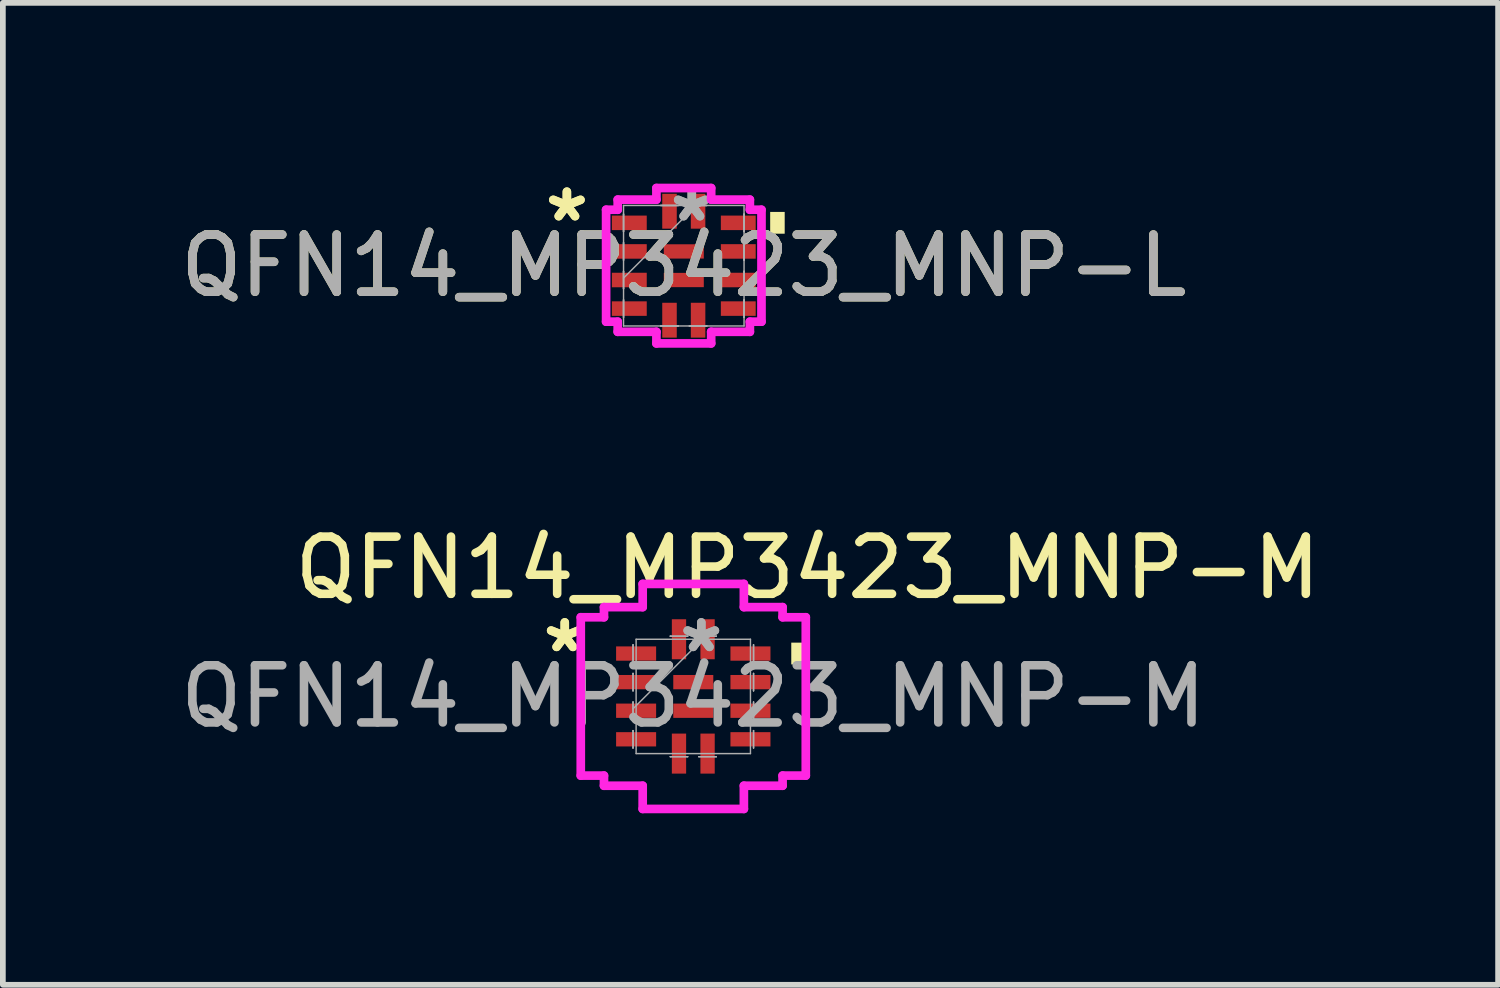
<source format=kicad_pcb>
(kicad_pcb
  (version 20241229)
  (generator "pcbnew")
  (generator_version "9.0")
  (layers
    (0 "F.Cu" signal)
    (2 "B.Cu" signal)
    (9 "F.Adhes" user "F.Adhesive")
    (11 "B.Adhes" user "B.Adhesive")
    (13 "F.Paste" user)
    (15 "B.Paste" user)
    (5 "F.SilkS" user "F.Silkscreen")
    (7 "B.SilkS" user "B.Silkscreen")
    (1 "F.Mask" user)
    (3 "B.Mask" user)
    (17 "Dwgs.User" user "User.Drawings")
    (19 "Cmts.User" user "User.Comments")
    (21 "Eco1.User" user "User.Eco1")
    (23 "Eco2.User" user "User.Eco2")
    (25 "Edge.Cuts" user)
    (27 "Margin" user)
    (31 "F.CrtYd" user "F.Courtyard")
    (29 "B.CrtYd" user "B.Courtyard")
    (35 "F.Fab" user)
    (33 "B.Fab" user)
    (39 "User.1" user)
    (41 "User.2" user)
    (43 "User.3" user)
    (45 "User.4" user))
  (footprint "QFN14_MP3423_MNP-L"
    (layer "F.Cu")
    (at 8.911 1.598)
    (property "Reference" "QFN14_MP3423_MNP-L" (at 0 0 0) (unlocked yes) (layer "F.SilkS") (effects (font (size 1 1) (thickness 0.15))))
    (attr smd)
    (fp_poly (pts (xy 1.765 -0.941) (xy 1.765 -0.56) (xy 1.511 -0.56) (xy 1.511 -0.941)) (stroke (width 0) (type solid)) (fill yes) (layer "F.SilkS"))
    (fp_line (start -1.359 -0.979) (end -1.156 -0.979) (stroke (width 0.152) (type solid)) (layer "F.CrtYd"))
    (fp_line (start -1.359 0.979) (end -1.359 -0.979) (stroke (width 0.152) (type solid)) (layer "F.CrtYd"))
    (fp_line (start -1.156 -1.156) (end -0.479 -1.156) (stroke (width 0.152) (type solid)) (layer "F.CrtYd"))
    (fp_line (start -1.156 -0.979) (end -1.156 -1.156) (stroke (width 0.152) (type solid)) (layer "F.CrtYd"))
    (fp_line (start -1.156 0.979) (end -1.359 0.979) (stroke (width 0.152) (type solid)) (layer "F.CrtYd"))
    (fp_line (start -1.156 1.156) (end -1.156 0.979) (stroke (width 0.152) (type solid)) (layer "F.CrtYd"))
    (fp_line (start -0.479 -1.359) (end 0.479 -1.359) (stroke (width 0.152) (type solid)) (layer "F.CrtYd"))
    (fp_line (start -0.479 -1.156) (end -0.479 -1.359) (stroke (width 0.152) (type solid)) (layer "F.CrtYd"))
    (fp_line (start -0.479 1.156) (end -1.156 1.156) (stroke (width 0.152) (type solid)) (layer "F.CrtYd"))
    (fp_line (start -0.479 1.359) (end -0.479 1.156) (stroke (width 0.152) (type solid)) (layer "F.CrtYd"))
    (fp_line (start 0.479 -1.359) (end 0.479 -1.156) (stroke (width 0.152) (type solid)) (layer "F.CrtYd"))
    (fp_line (start 0.479 -1.156) (end 1.156 -1.156) (stroke (width 0.152) (type solid)) (layer "F.CrtYd"))
    (fp_line (start 0.479 1.156) (end 0.479 1.359) (stroke (width 0.152) (type solid)) (layer "F.CrtYd"))
    (fp_line (start 0.479 1.359) (end -0.479 1.359) (stroke (width 0.152) (type solid)) (layer "F.CrtYd"))
    (fp_line (start 1.156 -1.156) (end 1.156 -0.979) (stroke (width 0.152) (type solid)) (layer "F.CrtYd"))
    (fp_line (start 1.156 -0.979) (end 1.359 -0.979) (stroke (width 0.152) (type solid)) (layer "F.CrtYd"))
    (fp_line (start 1.156 0.979) (end 1.156 1.156) (stroke (width 0.152) (type solid)) (layer "F.CrtYd"))
    (fp_line (start 1.156 1.156) (end 0.479 1.156) (stroke (width 0.152) (type solid)) (layer "F.CrtYd"))
    (fp_line (start 1.359 -0.979) (end 1.359 0.979) (stroke (width 0.152) (type solid)) (layer "F.CrtYd"))
    (fp_line (start 1.359 0.979) (end 1.156 0.979) (stroke (width 0.152) (type solid)) (layer "F.CrtYd"))
    (fp_line (start -1.054 -1.054) (end -1.054 1.054) (stroke (width 0.025) (type solid)) (layer "F.Fab"))
    (fp_line (start -1.054 -0.902) (end -1.054 -0.902) (stroke (width 0.025) (type solid)) (layer "F.Fab"))
    (fp_line (start -1.054 -0.902) (end -1.054 -0.598) (stroke (width 0.025) (type solid)) (layer "F.Fab"))
    (fp_line (start -1.054 -0.598) (end -1.054 -0.902) (stroke (width 0.025) (type solid)) (layer "F.Fab"))
    (fp_line (start -1.054 -0.598) (end -1.054 -0.598) (stroke (width 0.025) (type solid)) (layer "F.Fab"))
    (fp_line (start -1.054 -0.402) (end -1.054 -0.402) (stroke (width 0.025) (type solid)) (layer "F.Fab"))
    (fp_line (start -1.054 -0.402) (end -1.054 -0.098) (stroke (width 0.025) (type solid)) (layer "F.Fab"))
    (fp_line (start -1.054 -0.098) (end -1.054 -0.402) (stroke (width 0.025) (type solid)) (layer "F.Fab"))
    (fp_line (start -1.054 -0.098) (end -1.054 -0.098) (stroke (width 0.025) (type solid)) (layer "F.Fab"))
    (fp_line (start -1.054 0.098) (end -1.054 0.098) (stroke (width 0.025) (type solid)) (layer "F.Fab"))
    (fp_line (start -1.054 0.098) (end -1.054 0.402) (stroke (width 0.025) (type solid)) (layer "F.Fab"))
    (fp_line (start -1.054 0.216) (end 0.216 -1.054) (stroke (width 0.025) (type solid)) (layer "F.Fab"))
    (fp_line (start -1.054 0.402) (end -1.054 0.098) (stroke (width 0.025) (type solid)) (layer "F.Fab"))
    (fp_line (start -1.054 0.402) (end -1.054 0.402) (stroke (width 0.025) (type solid)) (layer "F.Fab"))
    (fp_line (start -1.054 0.598) (end -1.054 0.598) (stroke (width 0.025) (type solid)) (layer "F.Fab"))
    (fp_line (start -1.054 0.598) (end -1.054 0.902) (stroke (width 0.025) (type solid)) (layer "F.Fab"))
    (fp_line (start -1.054 0.902) (end -1.054 0.598) (stroke (width 0.025) (type solid)) (layer "F.Fab"))
    (fp_line (start -1.054 0.902) (end -1.054 0.902) (stroke (width 0.025) (type solid)) (layer "F.Fab"))
    (fp_line (start -1.054 1.054) (end 1.054 1.054) (stroke (width 0.025) (type solid)) (layer "F.Fab"))
    (fp_line (start -0.402 -1.054) (end -0.402 -1.054) (stroke (width 0.025) (type solid)) (layer "F.Fab"))
    (fp_line (start -0.402 -1.054) (end -0.098 -1.054) (stroke (width 0.025) (type solid)) (layer "F.Fab"))
    (fp_line (start -0.402 1.054) (end -0.402 1.054) (stroke (width 0.025) (type solid)) (layer "F.Fab"))
    (fp_line (start -0.402 1.054) (end -0.098 1.054) (stroke (width 0.025) (type solid)) (layer "F.Fab"))
    (fp_line (start -0.098 -1.054) (end -0.402 -1.054) (stroke (width 0.025) (type solid)) (layer "F.Fab"))
    (fp_line (start -0.098 -1.054) (end -0.098 -1.054) (stroke (width 0.025) (type solid)) (layer "F.Fab"))
    (fp_line (start -0.098 1.054) (end -0.402 1.054) (stroke (width 0.025) (type solid)) (layer "F.Fab"))
    (fp_line (start -0.098 1.054) (end -0.098 1.054) (stroke (width 0.025) (type solid)) (layer "F.Fab"))
    (fp_line (start 0.098 -1.054) (end 0.098 -1.054) (stroke (width 0.025) (type solid)) (layer "F.Fab"))
    (fp_line (start 0.098 -1.054) (end 0.402 -1.054) (stroke (width 0.025) (type solid)) (layer "F.Fab"))
    (fp_line (start 0.098 1.054) (end 0.098 1.054) (stroke (width 0.025) (type solid)) (layer "F.Fab"))
    (fp_line (start 0.098 1.054) (end 0.402 1.054) (stroke (width 0.025) (type solid)) (layer "F.Fab"))
    (fp_line (start 0.402 -1.054) (end 0.098 -1.054) (stroke (width 0.025) (type solid)) (layer "F.Fab"))
    (fp_line (start 0.402 -1.054) (end 0.402 -1.054) (stroke (width 0.025) (type solid)) (layer "F.Fab"))
    (fp_line (start 0.402 1.054) (end 0.098 1.054) (stroke (width 0.025) (type solid)) (layer "F.Fab"))
    (fp_line (start 0.402 1.054) (end 0.402 1.054) (stroke (width 0.025) (type solid)) (layer "F.Fab"))
    (fp_line (start 1.054 -1.054) (end -1.054 -1.054) (stroke (width 0.025) (type solid)) (layer "F.Fab"))
    (fp_line (start 1.054 -0.902) (end 1.054 -0.902) (stroke (width 0.025) (type solid)) (layer "F.Fab"))
    (fp_line (start 1.054 -0.902) (end 1.054 -0.598) (stroke (width 0.025) (type solid)) (layer "F.Fab"))
    (fp_line (start 1.054 -0.598) (end 1.054 -0.902) (stroke (width 0.025) (type solid)) (layer "F.Fab"))
    (fp_line (start 1.054 -0.598) (end 1.054 -0.598) (stroke (width 0.025) (type solid)) (layer "F.Fab"))
    (fp_line (start 1.054 -0.402) (end 1.054 -0.402) (stroke (width 0.025) (type solid)) (layer "F.Fab"))
    (fp_line (start 1.054 -0.402) (end 1.054 -0.098) (stroke (width 0.025) (type solid)) (layer "F.Fab"))
    (fp_line (start 1.054 -0.098) (end 1.054 -0.402) (stroke (width 0.025) (type solid)) (layer "F.Fab"))
    (fp_line (start 1.054 -0.098) (end 1.054 -0.098) (stroke (width 0.025) (type solid)) (layer "F.Fab"))
    (fp_line (start 1.054 0.098) (end 1.054 0.098) (stroke (width 0.025) (type solid)) (layer "F.Fab"))
    (fp_line (start 1.054 0.098) (end 1.054 0.402) (stroke (width 0.025) (type solid)) (layer "F.Fab"))
    (fp_line (start 1.054 0.402) (end 1.054 0.098) (stroke (width 0.025) (type solid)) (layer "F.Fab"))
    (fp_line (start 1.054 0.402) (end 1.054 0.402) (stroke (width 0.025) (type solid)) (layer "F.Fab"))
    (fp_line (start 1.054 0.598) (end 1.054 0.598) (stroke (width 0.025) (type solid)) (layer "F.Fab"))
    (fp_line (start 1.054 0.598) (end 1.054 0.902) (stroke (width 0.025) (type solid)) (layer "F.Fab"))
    (fp_line (start 1.054 0.902) (end 1.054 0.598) (stroke (width 0.025) (type solid)) (layer "F.Fab"))
    (fp_line (start 1.054 0.902) (end 1.054 0.902) (stroke (width 0.025) (type solid)) (layer "F.Fab"))
    (fp_line (start 1.054 1.054) (end 1.054 -1.054) (stroke (width 0.025) (type solid)) (layer "F.Fab"))
    (fp_text user "*" (at -2.045 -0.75 0) (layer "F.SilkS") (effects (font (size 1 1) (thickness 0.15))))
    (fp_text user "*" (at -2.045 -0.75 0) (unlocked yes) (layer "F.SilkS") (effects (font (size 1 1) (thickness 0.15))))
    (fp_text user "*" (at 0.14 -0.75 0) (layer "F.Fab") (effects (font (size 1 1) (thickness 0.15))))
    (fp_text user "${REFERENCE}" (at 0 0 0) (unlocked yes) (layer "F.Fab") (effects (font (size 1 1) (thickness 0.15))))
    (fp_text user "*" (at 0.14 -0.75 0) (unlocked yes) (layer "F.Fab") (effects (font (size 1 1) (thickness 0.15))))
    (pad "1" smd rect (at -0.953 -0.75 90) (size 0.254 0.61) (layers "F.Cu" "F.Mask" "F.Paste"))
    (pad "2" smd rect (at -0.953 -0.25 90) (size 0.254 0.61) (layers "F.Cu" "F.Mask" "F.Paste"))
    (pad "3" smd rect (at -0.953 0.25 90) (size 0.254 0.61) (layers "F.Cu" "F.Mask" "F.Paste"))
    (pad "4" smd rect (at -0.953 0.75 90) (size 0.254 0.61) (layers "F.Cu" "F.Mask" "F.Paste"))
    (pad "5" smd rect (at -0.25 0.953) (size 0.254 0.61) (layers "F.Cu" "F.Mask" "F.Paste"))
    (pad "6" smd rect (at 0.25 0.953) (size 0.254 0.61) (layers "F.Cu" "F.Mask" "F.Paste"))
    (pad "7" smd rect (at 0.953 0.75 90) (size 0.254 0.61) (layers "F.Cu" "F.Mask" "F.Paste"))
    (pad "8" smd rect (at 0.953 0.25 90) (size 0.254 0.61) (layers "F.Cu" "F.Mask" "F.Paste"))
    (pad "9" smd rect (at 0.953 -0.25 90) (size 0.254 0.61) (layers "F.Cu" "F.Mask" "F.Paste"))
    (pad "10" smd rect (at 0.953 -0.75 90) (size 0.254 0.61) (layers "F.Cu" "F.Mask" "F.Paste"))
    (pad "11" smd rect (at 0.25 -0.953) (size 0.254 0.61) (layers "F.Cu" "F.Mask" "F.Paste"))
    (pad "12" smd rect (at -0.25 -0.953) (size 0.254 0.61) (layers "F.Cu" "F.Mask" "F.Paste"))
    (pad "13" smd rect (at 0 -0.25) (size 0.7 0.25) (layers "F.Cu" "F.Mask" "F.Paste"))
    (pad "14" smd rect (at 0 0.25) (size 0.7 0.25) (layers "F.Cu" "F.Mask" "F.Paste")))
  (footprint "QFN14_MP3423_MNP-M"
    (layer "F.Cu")
    (at 9.077 9.132)
    (property "Reference" "QFN14_MP3423_MNP-M" (at 2 -2.25 0) (unlocked yes) (layer "F.SilkS") (effects (font (size 1 1) (thickness 0.15))))
    (attr smd)
    (fp_poly (pts (xy 1.968 -0.941) (xy 1.968 -0.56) (xy 1.714 -0.56) (xy 1.714 -0.941)) (stroke (width 0) (type solid)) (fill yes) (layer "F.SilkS"))
    (fp_line (start -1.968 -1.385) (end -1.562 -1.385) (stroke (width 0.152) (type solid)) (layer "F.CrtYd"))
    (fp_line (start -1.968 1.385) (end -1.968 -1.385) (stroke (width 0.152) (type solid)) (layer "F.CrtYd"))
    (fp_line (start -1.562 -1.562) (end -0.885 -1.562) (stroke (width 0.152) (type solid)) (layer "F.CrtYd"))
    (fp_line (start -1.562 -1.385) (end -1.562 -1.562) (stroke (width 0.152) (type solid)) (layer "F.CrtYd"))
    (fp_line (start -1.562 1.385) (end -1.968 1.385) (stroke (width 0.152) (type solid)) (layer "F.CrtYd"))
    (fp_line (start -1.562 1.562) (end -1.562 1.385) (stroke (width 0.152) (type solid)) (layer "F.CrtYd"))
    (fp_line (start -0.885 -1.968) (end 0.885 -1.968) (stroke (width 0.152) (type solid)) (layer "F.CrtYd"))
    (fp_line (start -0.885 -1.562) (end -0.885 -1.968) (stroke (width 0.152) (type solid)) (layer "F.CrtYd"))
    (fp_line (start -0.885 1.562) (end -1.562 1.562) (stroke (width 0.152) (type solid)) (layer "F.CrtYd"))
    (fp_line (start -0.885 1.968) (end -0.885 1.562) (stroke (width 0.152) (type solid)) (layer "F.CrtYd"))
    (fp_line (start 0.885 -1.968) (end 0.885 -1.562) (stroke (width 0.152) (type solid)) (layer "F.CrtYd"))
    (fp_line (start 0.885 -1.562) (end 1.562 -1.562) (stroke (width 0.152) (type solid)) (layer "F.CrtYd"))
    (fp_line (start 0.885 1.562) (end 0.885 1.968) (stroke (width 0.152) (type solid)) (layer "F.CrtYd"))
    (fp_line (start 0.885 1.968) (end -0.885 1.968) (stroke (width 0.152) (type solid)) (layer "F.CrtYd"))
    (fp_line (start 1.562 -1.562) (end 1.562 -1.385) (stroke (width 0.152) (type solid)) (layer "F.CrtYd"))
    (fp_line (start 1.562 -1.385) (end 1.968 -1.385) (stroke (width 0.152) (type solid)) (layer "F.CrtYd"))
    (fp_line (start 1.562 1.385) (end 1.562 1.562) (stroke (width 0.152) (type solid)) (layer "F.CrtYd"))
    (fp_line (start 1.562 1.562) (end 0.885 1.562) (stroke (width 0.152) (type solid)) (layer "F.CrtYd"))
    (fp_line (start 1.968 -1.385) (end 1.968 1.385) (stroke (width 0.152) (type solid)) (layer "F.CrtYd"))
    (fp_line (start 1.968 1.385) (end 1.562 1.385) (stroke (width 0.152) (type solid)) (layer "F.CrtYd"))
    (fp_line (start -1.054 -0.902) (end -1.054 -0.902) (stroke (width 0.025) (type solid)) (layer "F.Fab"))
    (fp_line (start -1.054 -0.902) (end -1.054 -0.598) (stroke (width 0.025) (type solid)) (layer "F.Fab"))
    (fp_line (start -1.054 -0.598) (end -1.054 -0.902) (stroke (width 0.025) (type solid)) (layer "F.Fab"))
    (fp_line (start -1.054 -0.598) (end -1.054 -0.598) (stroke (width 0.025) (type solid)) (layer "F.Fab"))
    (fp_line (start -1.054 -0.402) (end -1.054 -0.402) (stroke (width 0.025) (type solid)) (layer "F.Fab"))
    (fp_line (start -1.054 -0.402) (end -1.054 -0.098) (stroke (width 0.025) (type solid)) (layer "F.Fab"))
    (fp_line (start -1.054 -0.098) (end -1.054 -0.402) (stroke (width 0.025) (type solid)) (layer "F.Fab"))
    (fp_line (start -1.054 -0.098) (end -1.054 -0.098) (stroke (width 0.025) (type solid)) (layer "F.Fab"))
    (fp_line (start -1.054 0.098) (end -1.054 0.098) (stroke (width 0.025) (type solid)) (layer "F.Fab"))
    (fp_line (start -1.054 0.098) (end -1.054 0.402) (stroke (width 0.025) (type solid)) (layer "F.Fab"))
    (fp_line (start -1.054 0.216) (end 0.216 -1.054) (stroke (width 0.025) (type solid)) (layer "F.Fab"))
    (fp_line (start -1.054 0.402) (end -1.054 0.098) (stroke (width 0.025) (type solid)) (layer "F.Fab"))
    (fp_line (start -1.054 0.402) (end -1.054 0.402) (stroke (width 0.025) (type solid)) (layer "F.Fab"))
    (fp_line (start -1.054 0.598) (end -1.054 0.598) (stroke (width 0.025) (type solid)) (layer "F.Fab"))
    (fp_line (start -1.054 0.598) (end -1.054 0.902) (stroke (width 0.025) (type solid)) (layer "F.Fab"))
    (fp_line (start -1.054 0.902) (end -1.054 0.598) (stroke (width 0.025) (type solid)) (layer "F.Fab"))
    (fp_line (start -1.054 0.902) (end -1.054 0.902) (stroke (width 0.025) (type solid)) (layer "F.Fab"))
    (fp_line (start -1 -1) (end -1 1) (stroke (width 0.025) (type solid)) (layer "F.Fab"))
    (fp_line (start -1 1) (end 1 1) (stroke (width 0.025) (type solid)) (layer "F.Fab"))
    (fp_line (start -0.402 -1.054) (end -0.402 -1.054) (stroke (width 0.025) (type solid)) (layer "F.Fab"))
    (fp_line (start -0.402 -1.054) (end -0.098 -1.054) (stroke (width 0.025) (type solid)) (layer "F.Fab"))
    (fp_line (start -0.402 1.054) (end -0.402 1.054) (stroke (width 0.025) (type solid)) (layer "F.Fab"))
    (fp_line (start -0.402 1.054) (end -0.098 1.054) (stroke (width 0.025) (type solid)) (layer "F.Fab"))
    (fp_line (start -0.098 -1.054) (end -0.402 -1.054) (stroke (width 0.025) (type solid)) (layer "F.Fab"))
    (fp_line (start -0.098 -1.054) (end -0.098 -1.054) (stroke (width 0.025) (type solid)) (layer "F.Fab"))
    (fp_line (start -0.098 1.054) (end -0.402 1.054) (stroke (width 0.025) (type solid)) (layer "F.Fab"))
    (fp_line (start -0.098 1.054) (end -0.098 1.054) (stroke (width 0.025) (type solid)) (layer "F.Fab"))
    (fp_line (start 0.098 -1.054) (end 0.098 -1.054) (stroke (width 0.025) (type solid)) (layer "F.Fab"))
    (fp_line (start 0.098 -1.054) (end 0.402 -1.054) (stroke (width 0.025) (type solid)) (layer "F.Fab"))
    (fp_line (start 0.098 1.054) (end 0.098 1.054) (stroke (width 0.025) (type solid)) (layer "F.Fab"))
    (fp_line (start 0.098 1.054) (end 0.402 1.054) (stroke (width 0.025) (type solid)) (layer "F.Fab"))
    (fp_line (start 0.402 -1.054) (end 0.098 -1.054) (stroke (width 0.025) (type solid)) (layer "F.Fab"))
    (fp_line (start 0.402 -1.054) (end 0.402 -1.054) (stroke (width 0.025) (type solid)) (layer "F.Fab"))
    (fp_line (start 0.402 1.054) (end 0.098 1.054) (stroke (width 0.025) (type solid)) (layer "F.Fab"))
    (fp_line (start 0.402 1.054) (end 0.402 1.054) (stroke (width 0.025) (type solid)) (layer "F.Fab"))
    (fp_line (start 1 -1) (end -1 -1) (stroke (width 0.025) (type solid)) (layer "F.Fab"))
    (fp_line (start 1 1) (end 1 -1) (stroke (width 0.025) (type solid)) (layer "F.Fab"))
    (fp_line (start 1.054 -0.902) (end 1.054 -0.902) (stroke (width 0.025) (type solid)) (layer "F.Fab"))
    (fp_line (start 1.054 -0.902) (end 1.054 -0.598) (stroke (width 0.025) (type solid)) (layer "F.Fab"))
    (fp_line (start 1.054 -0.598) (end 1.054 -0.902) (stroke (width 0.025) (type solid)) (layer "F.Fab"))
    (fp_line (start 1.054 -0.598) (end 1.054 -0.598) (stroke (width 0.025) (type solid)) (layer "F.Fab"))
    (fp_line (start 1.054 -0.402) (end 1.054 -0.402) (stroke (width 0.025) (type solid)) (layer "F.Fab"))
    (fp_line (start 1.054 -0.402) (end 1.054 -0.098) (stroke (width 0.025) (type solid)) (layer "F.Fab"))
    (fp_line (start 1.054 -0.098) (end 1.054 -0.402) (stroke (width 0.025) (type solid)) (layer "F.Fab"))
    (fp_line (start 1.054 -0.098) (end 1.054 -0.098) (stroke (width 0.025) (type solid)) (layer "F.Fab"))
    (fp_line (start 1.054 0.098) (end 1.054 0.098) (stroke (width 0.025) (type solid)) (layer "F.Fab"))
    (fp_line (start 1.054 0.098) (end 1.054 0.402) (stroke (width 0.025) (type solid)) (layer "F.Fab"))
    (fp_line (start 1.054 0.402) (end 1.054 0.098) (stroke (width 0.025) (type solid)) (layer "F.Fab"))
    (fp_line (start 1.054 0.402) (end 1.054 0.402) (stroke (width 0.025) (type solid)) (layer "F.Fab"))
    (fp_line (start 1.054 0.598) (end 1.054 0.598) (stroke (width 0.025) (type solid)) (layer "F.Fab"))
    (fp_line (start 1.054 0.598) (end 1.054 0.902) (stroke (width 0.025) (type solid)) (layer "F.Fab"))
    (fp_line (start 1.054 0.902) (end 1.054 0.598) (stroke (width 0.025) (type solid)) (layer "F.Fab"))
    (fp_line (start 1.054 0.902) (end 1.054 0.902) (stroke (width 0.025) (type solid)) (layer "F.Fab"))
    (fp_text user "*" (at -2.248 -0.75 0) (unlocked yes) (layer "F.SilkS") (effects (font (size 1 1) (thickness 0.15))))
    (fp_text user "*" (at -2.248 -0.75 0) (layer "F.SilkS") (effects (font (size 1 1) (thickness 0.15))))
    (fp_text user "*" (at 0.14 -0.75 0) (unlocked yes) (layer "F.Fab") (effects (font (size 1 1) (thickness 0.15))))
    (fp_text user "*" (at 0.14 -0.75 0) (layer "F.Fab") (effects (font (size 1 1) (thickness 0.15))))
    (fp_text user "${REFERENCE}" (at 0 0 0) (unlocked yes) (layer "F.Fab") (effects (font (size 1 1) (thickness 0.15))))
    (pad "1" smd rect (at -1 -0.75 90) (size 0.25 0.7) (layers "F.Cu" "F.Mask" "F.Paste"))
    (pad "2" smd rect (at -1 -0.25 90) (size 0.25 0.7) (layers "F.Cu" "F.Mask" "F.Paste"))
    (pad "3" smd rect (at -1 0.25 90) (size 0.25 0.7) (layers "F.Cu" "F.Mask" "F.Paste"))
    (pad "4" smd rect (at -1 0.75 90) (size 0.25 0.7) (layers "F.Cu" "F.Mask" "F.Paste"))
    (pad "5" smd rect (at -0.25 1) (size 0.25 0.7) (layers "F.Cu" "F.Mask" "F.Paste"))
    (pad "6" smd rect (at 0.25 1) (size 0.25 0.7) (layers "F.Cu" "F.Mask" "F.Paste"))
    (pad "7" smd rect (at 1 0.75 90) (size 0.25 0.7) (layers "F.Cu" "F.Mask" "F.Paste"))
    (pad "8" smd rect (at 1 0.25 90) (size 0.25 0.7) (layers "F.Cu" "F.Mask" "F.Paste"))
    (pad "9" smd rect (at 1 -0.25 90) (size 0.25 0.7) (layers "F.Cu" "F.Mask" "F.Paste"))
    (pad "10" smd rect (at 1 -0.75 90) (size 0.25 0.7) (layers "F.Cu" "F.Mask" "F.Paste"))
    (pad "11" smd rect (at 0.25 -1) (size 0.25 0.7) (layers "F.Cu" "F.Mask" "F.Paste"))
    (pad "12" smd rect (at -0.25 -1) (size 0.25 0.7) (layers "F.Cu" "F.Mask" "F.Paste"))
    (pad "13" smd rect (at 0 -0.25) (size 0.7 0.25) (layers "F.Cu" "F.Mask" "F.Paste"))
    (pad "14" smd rect (at 0 0.25) (size 0.7 0.25) (layers "F.Cu" "F.Mask" "F.Paste")))
  (gr_rect
    (start -3 -3)
    (end 23.155 14.176)
    (stroke (width 0.1) (type default))
    (fill no)
    (layer "Edge.Cuts")))
</source>
